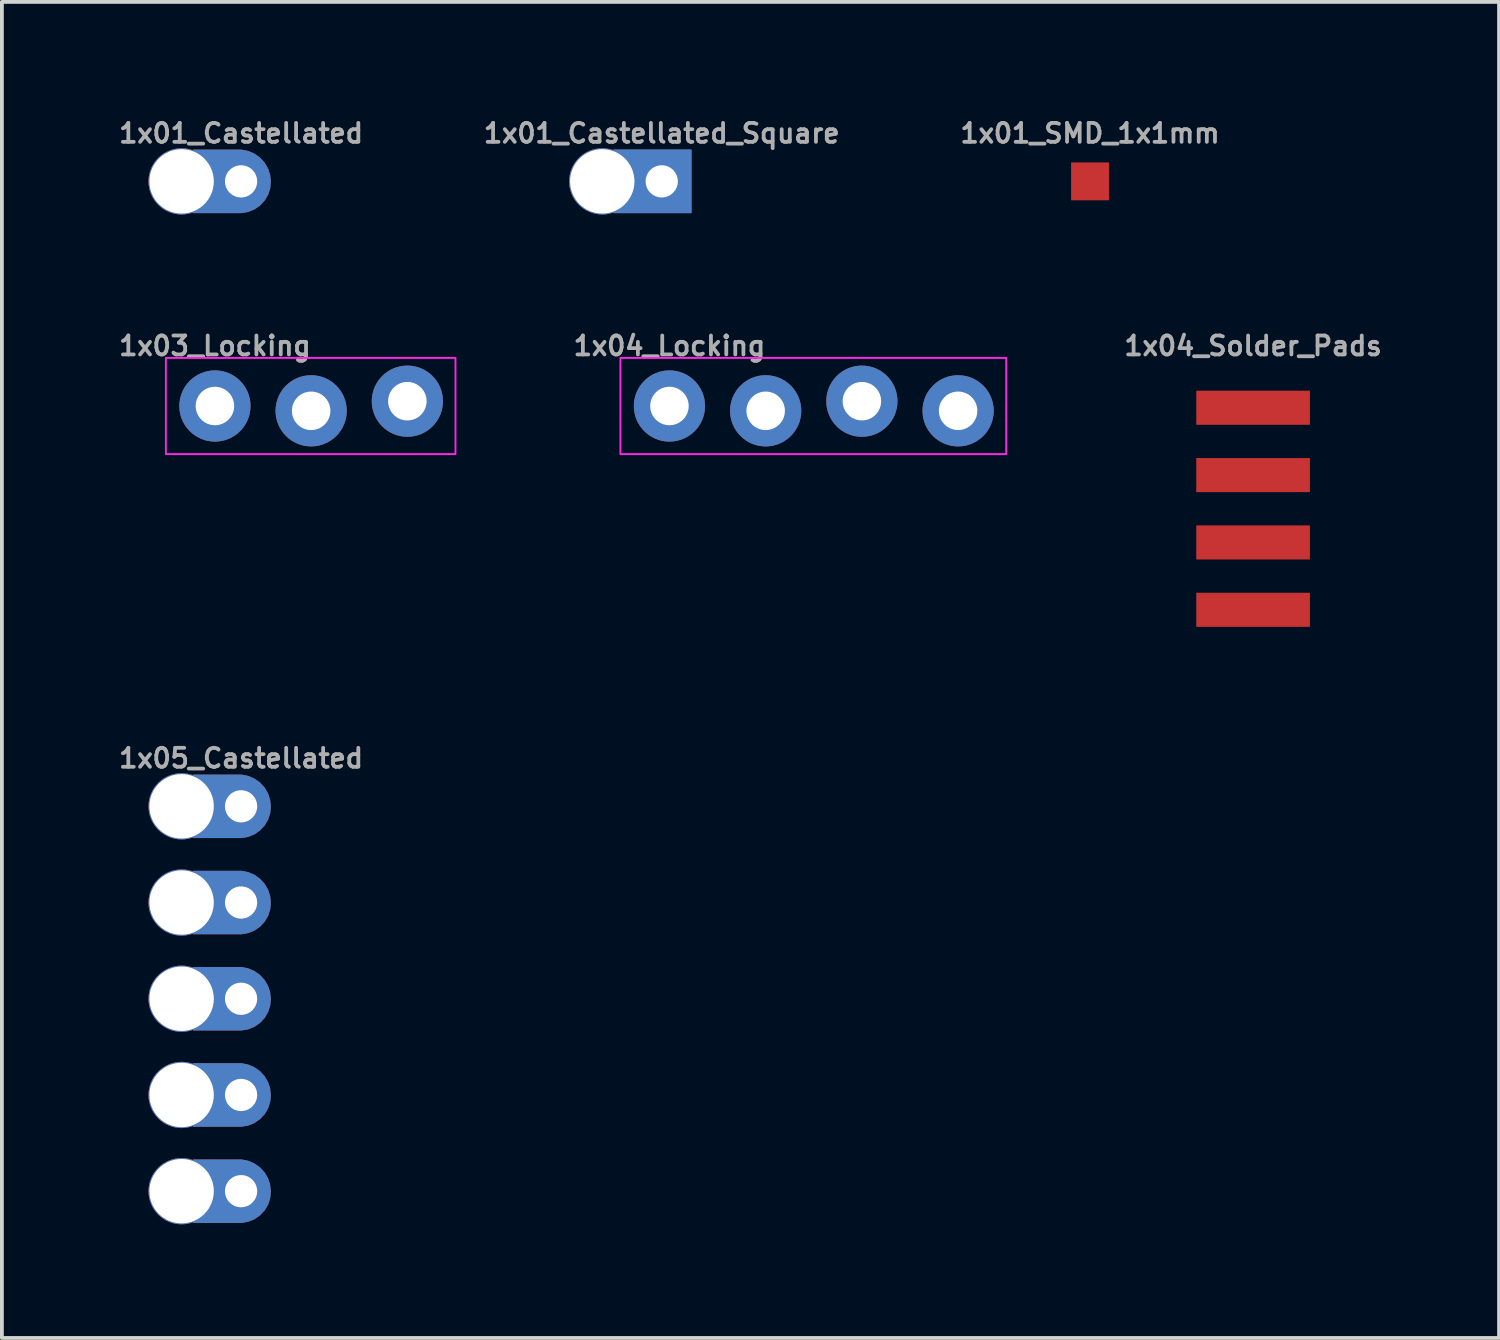
<source format=kicad_pcb>
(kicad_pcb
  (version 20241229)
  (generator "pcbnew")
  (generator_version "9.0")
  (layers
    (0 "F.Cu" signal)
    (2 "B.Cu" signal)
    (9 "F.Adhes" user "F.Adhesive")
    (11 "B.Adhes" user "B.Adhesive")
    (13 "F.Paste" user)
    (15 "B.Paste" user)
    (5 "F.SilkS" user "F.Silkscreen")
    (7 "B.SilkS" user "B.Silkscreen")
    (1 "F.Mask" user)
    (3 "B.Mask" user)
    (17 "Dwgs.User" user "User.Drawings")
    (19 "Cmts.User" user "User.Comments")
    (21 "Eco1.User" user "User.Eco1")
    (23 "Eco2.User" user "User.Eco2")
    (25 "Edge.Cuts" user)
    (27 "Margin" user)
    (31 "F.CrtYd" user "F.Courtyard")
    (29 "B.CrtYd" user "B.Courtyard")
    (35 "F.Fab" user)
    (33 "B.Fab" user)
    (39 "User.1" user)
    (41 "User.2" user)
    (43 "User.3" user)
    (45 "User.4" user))
  (footprint "1x04_Locking"
    (layer "F.Cu")
    (at 14.623 7.668)
    (property "Reference" "1x04_Locking" (at 0 -1.587 0) (layer "F.Fab") (effects (font (size 0.5 0.5) (thickness 0.1))))
    (fp_rect (start -1.295 -1.27) (end 8.89 1.27) (stroke (width 0.05) (type default)) (fill no) (layer "F.CrtYd"))
    (fp_poly (pts (xy -0.254 0.254) (xy 0.254 0.254) (xy 0.254 -0.254) (xy -0.254 -0.254)) (stroke (width 0.1) (type default)) (fill no) (layer "F.Fab"))
    (fp_poly (pts (xy 2.286 0.254) (xy 2.794 0.254) (xy 2.794 -0.254) (xy 2.286 -0.254)) (stroke (width 0.1) (type default)) (fill no) (layer "F.Fab"))
    (fp_poly (pts (xy 4.826 0.254) (xy 5.334 0.254) (xy 5.334 -0.254) (xy 4.826 -0.254)) (stroke (width 0.1) (type default)) (fill no) (layer "F.Fab"))
    (fp_poly (pts (xy 7.366 0.254) (xy 7.874 0.254) (xy 7.874 -0.254) (xy 7.366 -0.254)) (stroke (width 0.1) (type default)) (fill no) (layer "F.Fab"))
    (pad "1" thru_hole circle (at 0 0 90) (size 1.88 1.88) (drill 1.016) (layers "*.Cu" "*.Mask") (remove_unused_layers yes) (keep_end_layers yes) (zone_layer_connections))
    (pad "2" thru_hole circle (at 2.54 0.127 90) (size 1.88 1.88) (drill 1.016) (layers "*.Cu" "*.Mask") (remove_unused_layers yes) (keep_end_layers yes) (zone_layer_connections))
    (pad "3" thru_hole circle (at 5.08 -0.127 90) (size 1.88 1.88) (drill 1.016) (layers "*.Cu" "*.Mask") (remove_unused_layers yes) (keep_end_layers yes) (zone_layer_connections))
    (pad "4" thru_hole circle (at 7.62 0.127 90) (size 1.88 1.88) (drill 1.016) (layers "*.Cu" "*.Mask") (remove_unused_layers yes) (keep_end_layers yes) (zone_layer_connections)))
  (footprint "1x04_Solder_Pads"
    (layer "F.Cu")
    (at 30.03 10.381)
    (property "Reference" "1x04_Solder_Pads" (at 0 -4.3 0) (layer "F.Fab") (effects (font (size 0.5 0.5) (thickness 0.1))))
    (pad "1" smd rect (at 0 -2.667) (size 3 0.9) (layers "F.Cu" "F.Mask"))
    (pad "2" smd rect (at 0 -0.889) (size 3 0.9) (layers "F.Cu" "F.Mask"))
    (pad "3" smd rect (at 0 0.889) (size 3 0.9) (layers "F.Cu" "F.Mask"))
    (pad "4" smd rect (at 0 2.667) (size 3 0.9) (layers "F.Cu" "F.Mask")))
  (footprint "1x01_SMD_1x1mm"
    (layer "F.Cu")
    (at 25.726 1.738)
    (property "Reference" "1x01_SMD_1x1mm" (at 0 -1.27 0) (layer "F.Fab") (effects (font (size 0.5 0.5) (thickness 0.1))))
    (pad "1" smd rect (at 0 0 90) (size 1 1) (layers "F.Cu" "F.Mask" "F.Paste")))
  (footprint "1x01_Castellated"
    (layer "F.Cu")
    (at 3.314 1.738)
    (property "Reference" "1x01_Castellated" (at 0 -1.27 0) (layer "F.Fab") (effects (font (size 0.5 0.5) (thickness 0.1))))
    (fp_poly (pts (xy 0.254 0.254) (xy 0.254 -0.254) (xy -0.254 -0.254) (xy -0.254 0.254)) (stroke (width 0.1) (type default)) (fill no) (layer "F.Fab"))
    (pad "1" thru_hole custom (at 0 0 180) (size 1.016 1.016) (drill 0.85) (layers "*.Cu" "*.Mask") (remove_unused_layers yes) (keep_end_layers yes) (zone_layer_connections) (options (anchor circle)) (primitives (gr_poly (pts (xy -0.189 0.803) (xy -0.352 0.733) (xy -0.498 0.63) (xy -0.619 0.499) (xy -0.71 0.346) (xy -0.767 0.177) (xy -0.787 0.001) (xy -0.787 -0.001) (xy -0.771 -0.179) (xy -0.716 -0.349) (xy -0.625 -0.505) (xy -0.504 -0.636) (xy -0.356 -0.739) (xy -0.19 -0.807) (xy -0.014 -0.838) (xy 1.27 -0.838) (xy 1.27 0.838) (xy -0.014 0.838)) (width 0) (fill yes))))
    (pad "1B" thru_hole circle (at -1.57 0) (size 1.75 1.75) (drill 1.7) (layers "*.Cu" "*.Mask") (remove_unused_layers yes) (keep_end_layers yes) (zone_layer_connections)))
  (footprint "1x05_Castellated"
    (layer "F.Cu")
    (at 3.314 28.396)
    (property "Reference" "1x05_Castellated" (at 0 -11.43 0) (layer "F.Fab") (effects (font (size 0.5 0.5) (thickness 0.1))))
    (fp_poly (pts (xy 0.254 -9.906) (xy 0.254 -10.414) (xy -0.254 -10.414) (xy -0.254 -9.906)) (stroke (width 0.1) (type default)) (fill no) (layer "F.Fab"))
    (fp_poly (pts (xy 0.254 -7.366) (xy 0.254 -7.874) (xy -0.254 -7.874) (xy -0.254 -7.366)) (stroke (width 0.1) (type default)) (fill no) (layer "F.Fab"))
    (fp_poly (pts (xy 0.254 -4.826) (xy 0.254 -5.334) (xy -0.254 -5.334) (xy -0.254 -4.826)) (stroke (width 0.1) (type default)) (fill no) (layer "F.Fab"))
    (fp_poly (pts (xy 0.254 -2.286) (xy 0.254 -2.794) (xy -0.254 -2.794) (xy -0.254 -2.286)) (stroke (width 0.1) (type default)) (fill no) (layer "F.Fab"))
    (fp_poly (pts (xy 0.254 0.254) (xy 0.254 -0.254) (xy -0.254 -0.254) (xy -0.254 0.254)) (stroke (width 0.1) (type default)) (fill no) (layer "F.Fab"))
    (pad "1" thru_hole custom (at 0 0 180) (size 1.016 1.016) (drill 0.85) (layers "*.Cu" "*.Mask") (remove_unused_layers yes) (keep_end_layers yes) (zone_layer_connections) (options (anchor circle)) (primitives (gr_poly (pts (xy -0.189 0.803) (xy -0.352 0.733) (xy -0.498 0.63) (xy -0.619 0.499) (xy -0.71 0.346) (xy -0.767 0.177) (xy -0.787 0.001) (xy -0.787 -0.001) (xy -0.771 -0.179) (xy -0.716 -0.349) (xy -0.625 -0.505) (xy -0.504 -0.636) (xy -0.356 -0.739) (xy -0.19 -0.807) (xy -0.014 -0.838) (xy 1.27 -0.838) (xy 1.27 0.838) (xy -0.014 0.838)) (width 0) (fill yes))))
    (pad "1B" thru_hole circle (at -1.57 0) (size 1.75 1.75) (drill 1.7) (layers "*.Cu" "*.Mask") (remove_unused_layers yes) (keep_end_layers yes) (zone_layer_connections))
    (pad "2" thru_hole custom (at 0 -2.54 180) (size 1.016 1.016) (drill 0.85) (layers "*.Cu" "*.Mask") (remove_unused_layers yes) (keep_end_layers yes) (zone_layer_connections) (options (anchor circle)) (primitives (gr_poly (pts (xy -0.189 0.803) (xy -0.352 0.733) (xy -0.498 0.63) (xy -0.619 0.499) (xy -0.71 0.346) (xy -0.767 0.177) (xy -0.787 0.001) (xy -0.787 -0.001) (xy -0.771 -0.179) (xy -0.716 -0.349) (xy -0.625 -0.505) (xy -0.504 -0.636) (xy -0.356 -0.739) (xy -0.19 -0.807) (xy -0.014 -0.838) (xy 1.27 -0.838) (xy 1.27 0.838) (xy -0.014 0.838)) (width 0) (fill yes))))
    (pad "2B" thru_hole circle (at -1.57 -2.54) (size 1.75 1.75) (drill 1.7) (layers "*.Cu" "*.Mask") (remove_unused_layers yes) (keep_end_layers yes) (zone_layer_connections))
    (pad "3" thru_hole custom (at 0 -5.08 180) (size 1.016 1.016) (drill 0.85) (layers "*.Cu" "*.Mask") (remove_unused_layers yes) (keep_end_layers yes) (zone_layer_connections) (options (anchor circle)) (primitives (gr_poly (pts (xy -0.189 0.803) (xy -0.352 0.733) (xy -0.498 0.63) (xy -0.619 0.499) (xy -0.71 0.346) (xy -0.767 0.177) (xy -0.787 0.001) (xy -0.787 -0.001) (xy -0.771 -0.179) (xy -0.716 -0.349) (xy -0.625 -0.505) (xy -0.504 -0.636) (xy -0.356 -0.739) (xy -0.19 -0.807) (xy -0.014 -0.838) (xy 1.27 -0.838) (xy 1.27 0.838) (xy -0.014 0.838)) (width 0) (fill yes))))
    (pad "3B" thru_hole circle (at -1.57 -5.08) (size 1.75 1.75) (drill 1.7) (layers "*.Cu" "*.Mask") (remove_unused_layers yes) (keep_end_layers yes) (zone_layer_connections))
    (pad "4" thru_hole custom (at 0 -7.62 180) (size 1.016 1.016) (drill 0.85) (layers "*.Cu" "*.Mask") (remove_unused_layers yes) (keep_end_layers yes) (zone_layer_connections) (options (anchor circle)) (primitives (gr_poly (pts (xy -0.189 0.803) (xy -0.352 0.733) (xy -0.498 0.63) (xy -0.619 0.499) (xy -0.71 0.346) (xy -0.767 0.177) (xy -0.787 0.001) (xy -0.787 -0.001) (xy -0.771 -0.179) (xy -0.716 -0.349) (xy -0.625 -0.505) (xy -0.504 -0.636) (xy -0.356 -0.739) (xy -0.19 -0.807) (xy -0.014 -0.838) (xy 1.27 -0.838) (xy 1.27 0.838) (xy -0.014 0.838)) (width 0) (fill yes))))
    (pad "4B" thru_hole circle (at -1.57 -7.62) (size 1.75 1.75) (drill 1.7) (layers "*.Cu" "*.Mask") (remove_unused_layers yes) (keep_end_layers yes) (zone_layer_connections))
    (pad "5" thru_hole custom (at 0 -10.16 180) (size 1.016 1.016) (drill 0.85) (layers "*.Cu" "*.Mask") (remove_unused_layers yes) (keep_end_layers yes) (zone_layer_connections) (options (anchor circle)) (primitives (gr_poly (pts (xy -0.189 0.803) (xy -0.352 0.733) (xy -0.498 0.63) (xy -0.619 0.499) (xy -0.71 0.346) (xy -0.767 0.177) (xy -0.787 0.001) (xy -0.787 -0.001) (xy -0.771 -0.179) (xy -0.716 -0.349) (xy -0.625 -0.505) (xy -0.504 -0.636) (xy -0.356 -0.739) (xy -0.19 -0.807) (xy -0.014 -0.838) (xy 1.27 -0.838) (xy 1.27 0.838) (xy -0.014 0.838)) (width 0) (fill yes))))
    (pad "5B" thru_hole circle (at -1.57 -10.16) (size 1.75 1.75) (drill 1.7) (layers "*.Cu" "*.Mask") (remove_unused_layers yes) (keep_end_layers yes) (zone_layer_connections)))
  (footprint "1x01_Castellated_Square"
    (layer "F.Cu")
    (at 14.419 1.738)
    (property "Reference" "1x01_Castellated_Square" (at 0 -1.27 0) (layer "F.Fab") (effects (font (size 0.5 0.5) (thickness 0.1))))
    (fp_poly (pts (xy 0.775 0.838) (xy -1.283 0.838) (xy -1.283 -0.838) (xy 0.775 -0.838)) (stroke (width 0) (type default)) (fill yes) (layer "B.Cu"))
    (fp_poly (pts (xy 0.775 0.838) (xy -1.283 0.838) (xy -1.283 -0.838) (xy 0.775 -0.838)) (stroke (width 0) (type default)) (fill yes) (layer "B.Mask"))
    (fp_poly (pts (xy 0.254 0.254) (xy 0.254 -0.254) (xy -0.254 -0.254) (xy -0.254 0.254)) (stroke (width 0.1) (type default)) (fill no) (layer "F.Fab"))
    (pad "1" thru_hole custom (at 0 0 180) (size 1.016 1.016) (drill 0.85) (layers "*.Cu" "*.Mask") (remove_unused_layers yes) (keep_end_layers yes) (zone_layer_connections) (options (anchor circle)) (primitives (gr_poly (pts (xy -0.787 -0.838) (xy 1.27 -0.838) (xy 1.27 0.838) (xy -0.787 0.838)) (width 0) (fill yes))))
    (pad "1B" thru_hole circle (at -1.57 0) (size 1.75 1.75) (drill 1.7) (layers "*.Cu" "*.Mask") (remove_unused_layers yes) (keep_end_layers yes) (zone_layer_connections)))
  (footprint "1x03_Locking"
    (layer "F.Cu")
    (at 2.624 7.668)
    (property "Reference" "1x03_Locking" (at 0 -1.587 0) (layer "F.Fab") (effects (font (size 0.5 0.5) (thickness 0.1))))
    (fp_rect (start -1.295 -1.27) (end 6.35 1.27) (stroke (width 0.05) (type default)) (fill no) (layer "F.CrtYd"))
    (fp_poly (pts (xy -0.254 0.254) (xy 0.254 0.254) (xy 0.254 -0.254) (xy -0.254 -0.254)) (stroke (width 0.1) (type default)) (fill no) (layer "F.Fab"))
    (fp_poly (pts (xy 2.286 0.254) (xy 2.794 0.254) (xy 2.794 -0.254) (xy 2.286 -0.254)) (stroke (width 0.1) (type default)) (fill no) (layer "F.Fab"))
    (fp_poly (pts (xy 4.826 0.254) (xy 5.334 0.254) (xy 5.334 -0.254) (xy 4.826 -0.254)) (stroke (width 0.1) (type default)) (fill no) (layer "F.Fab"))
    (pad "1" thru_hole circle (at 0 0 90) (size 1.88 1.88) (drill 1.016) (layers "*.Cu" "*.Mask") (remove_unused_layers yes) (keep_end_layers yes) (zone_layer_connections))
    (pad "2" thru_hole circle (at 2.54 0.127 90) (size 1.88 1.88) (drill 1.016) (layers "*.Cu" "*.Mask") (remove_unused_layers yes) (keep_end_layers yes) (zone_layer_connections))
    (pad "3" thru_hole circle (at 5.08 -0.127 90) (size 1.88 1.88) (drill 1.016) (layers "*.Cu" "*.Mask") (remove_unused_layers yes) (keep_end_layers yes) (zone_layer_connections)))
  (gr_rect
    (start -3 -3)
    (end 36.523 32.271)
    (stroke (width 0.1) (type default))
    (fill no)
    (layer "Edge.Cuts")))
</source>
